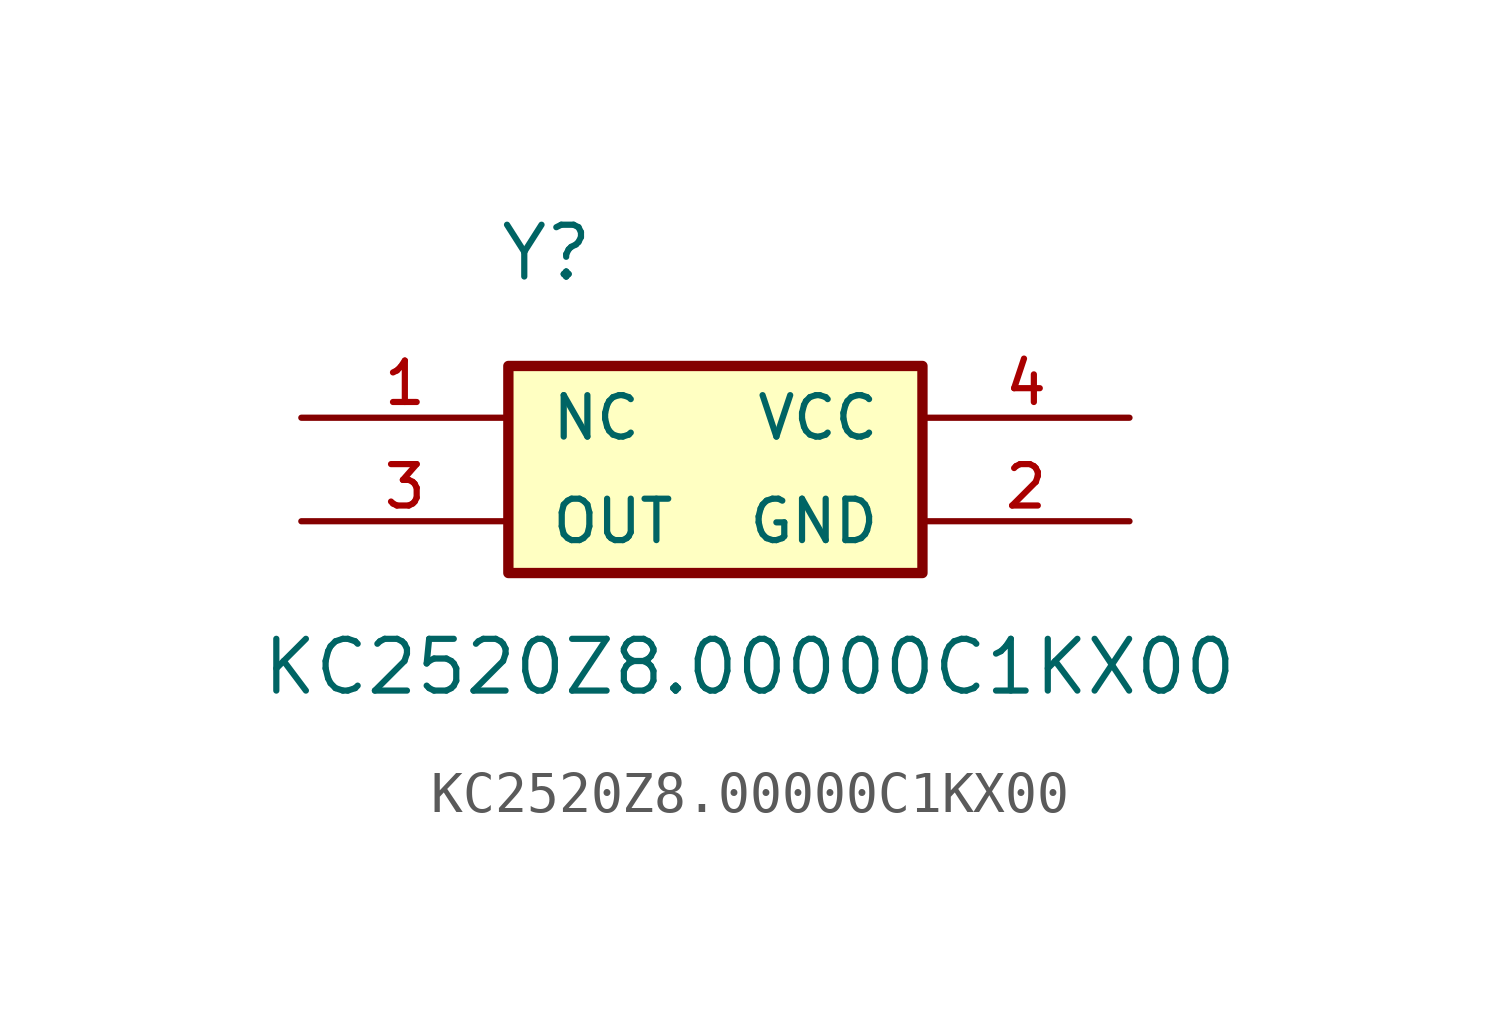
<source format=kicad_sym>
(kicad_symbol_lib
  (version 20241209)
  (generator "kicad_symbol_editor")
  (generator_version "9.0")
  (symbol "KC2520Z8.00000C1KX00"
    (pin_names
      (offset 1.016))
    (property "Reference" "Y"
      (at -5.334 4.572 0)
      (effects (font (size 1.27 1.27)) (justify left bottom)))
    (property "Value" "KC2520Z8.00000C1KX00"
      (at -11.176 -5.588 0)
      (effects (font (size 1.27 1.27)) (justify left bottom)))
    (symbol "KC2520Z8.00000C1KX00_0_0"
      (rectangle (start -5.08 2.54) (end 5.08 -2.54) (stroke (width 0.254) (type default)) (fill (type background)))
      (pin power_in line (at 10.16 1.27 180) (length 5.08) (name "VCC" (effects (font (size 1.016 1.016)))) (number "4" (effects (font (size 1.016 1.016))))))
    (symbol "KC2520Z8.00000C1KX00_1_0"
      (pin input line (at -10.16 1.27 0) (length 5.08) (name "NC" (effects (font (size 1.016 1.016)))) (number "1" (effects (font (size 1.016 1.016)))))
      (pin output line (at -10.16 -1.27 0) (length 5.08) (name "OUT" (effects (font (size 1.016 1.016)))) (number "3" (effects (font (size 1.016 1.016)))))
      (pin power_in line (at 10.16 -1.27 180) (length 5.08) (name "GND" (effects (font (size 1.016 1.016)))) (number "2" (effects (font (size 1.016 1.016))))))))
</source>
